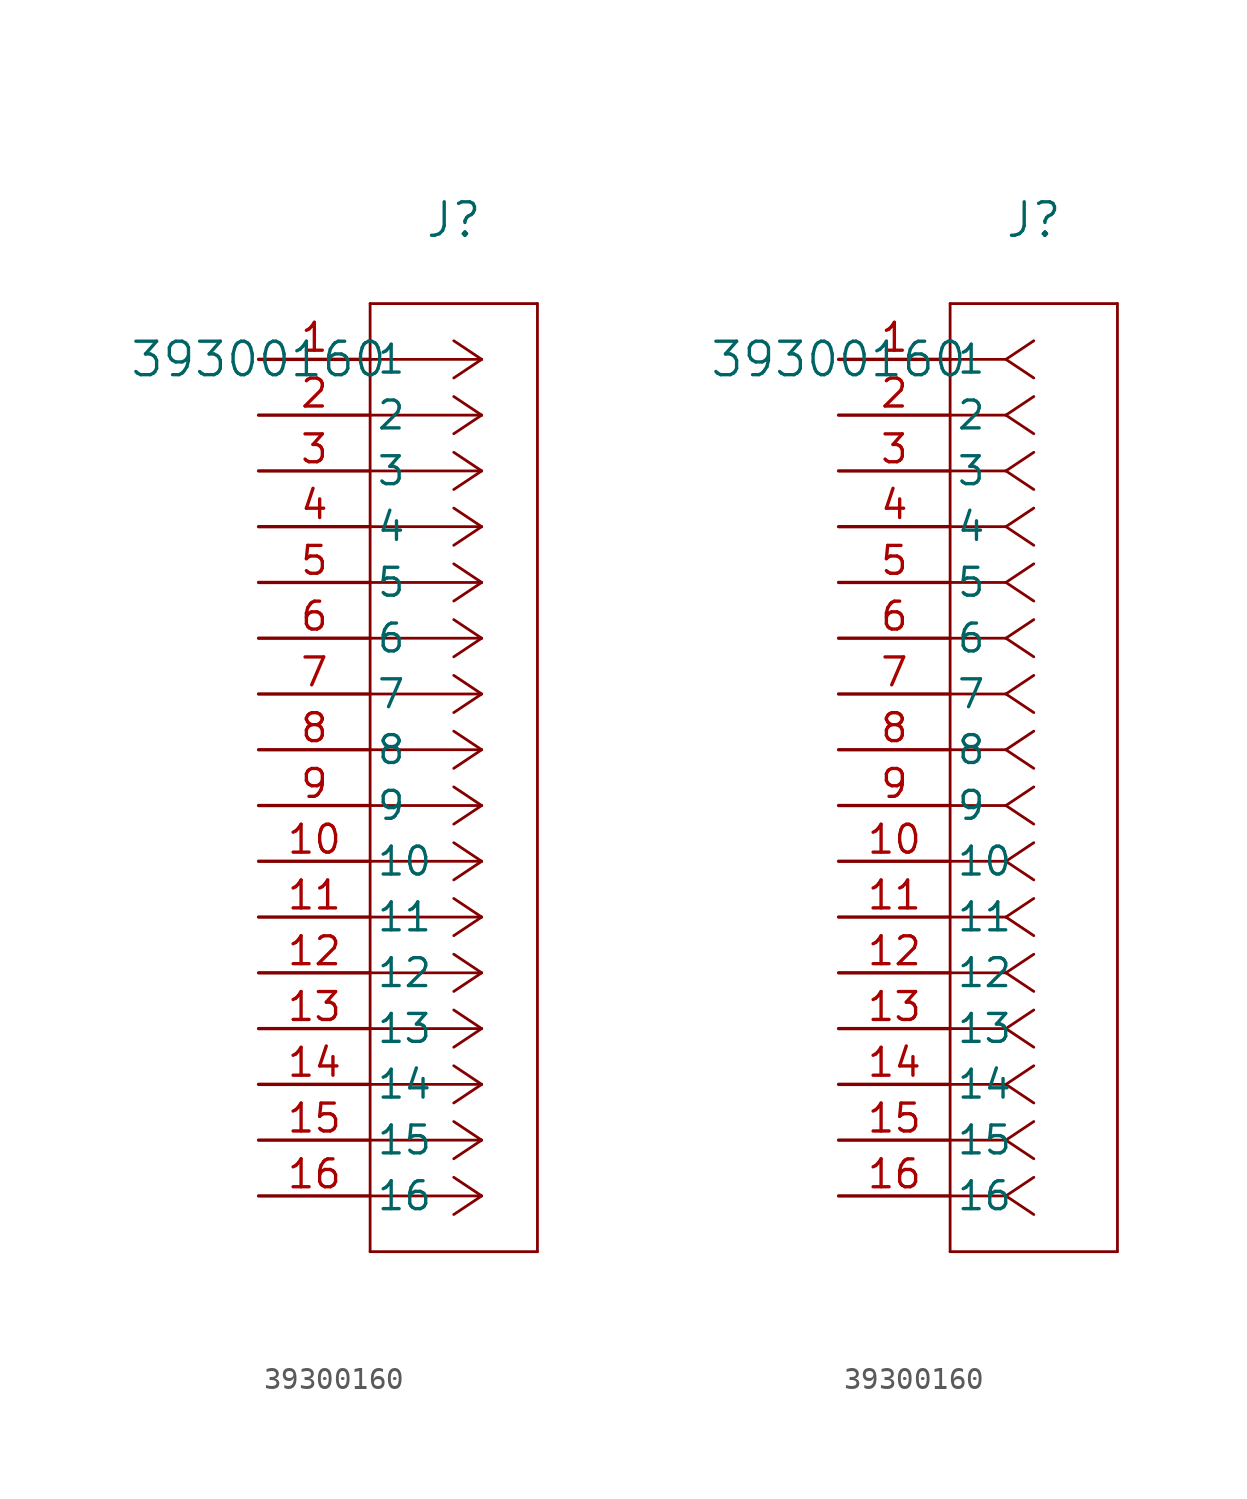
<source format=kicad_sym>
(kicad_symbol_lib
  (version 20211014)
  (generator kicad_symbol_editor)
  (symbol "39300160"
    (pin_names
      (offset 0.254))
    (property "Reference" "J"
      (at 8.89 6.35 0)
      (effects (font (size 1.524 1.524))))
    (property "Value" "39300160"
      (at 0 0 0)
      (effects (font (size 1.524 1.524))))
    (symbol "39300160_1_1"
      (polyline (pts (xy 10.16 0) (xy 5.08 0)) (stroke (width 0.127) (type default) (color 0 0 0 0)) (fill (type none)))
      (polyline (pts (xy 10.16 -2.54) (xy 5.08 -2.54)) (stroke (width 0.127) (type default) (color 0 0 0 0)) (fill (type none)))
      (polyline (pts (xy 10.16 -5.08) (xy 5.08 -5.08)) (stroke (width 0.127) (type default) (color 0 0 0 0)) (fill (type none)))
      (polyline (pts (xy 10.16 -7.62) (xy 5.08 -7.62)) (stroke (width 0.127) (type default) (color 0 0 0 0)) (fill (type none)))
      (polyline (pts (xy 10.16 -10.16) (xy 5.08 -10.16)) (stroke (width 0.127) (type default) (color 0 0 0 0)) (fill (type none)))
      (polyline (pts (xy 10.16 -12.7) (xy 5.08 -12.7)) (stroke (width 0.127) (type default) (color 0 0 0 0)) (fill (type none)))
      (polyline (pts (xy 10.16 -15.24) (xy 5.08 -15.24)) (stroke (width 0.127) (type default) (color 0 0 0 0)) (fill (type none)))
      (polyline (pts (xy 10.16 -17.78) (xy 5.08 -17.78)) (stroke (width 0.127) (type default) (color 0 0 0 0)) (fill (type none)))
      (polyline (pts (xy 10.16 -20.32) (xy 5.08 -20.32)) (stroke (width 0.127) (type default) (color 0 0 0 0)) (fill (type none)))
      (polyline (pts (xy 10.16 -22.86) (xy 5.08 -22.86)) (stroke (width 0.127) (type default) (color 0 0 0 0)) (fill (type none)))
      (polyline (pts (xy 10.16 -25.4) (xy 5.08 -25.4)) (stroke (width 0.127) (type default) (color 0 0 0 0)) (fill (type none)))
      (polyline (pts (xy 10.16 -27.94) (xy 5.08 -27.94)) (stroke (width 0.127) (type default) (color 0 0 0 0)) (fill (type none)))
      (polyline (pts (xy 10.16 -30.48) (xy 5.08 -30.48)) (stroke (width 0.127) (type default) (color 0 0 0 0)) (fill (type none)))
      (polyline (pts (xy 10.16 -33.02) (xy 5.08 -33.02)) (stroke (width 0.127) (type default) (color 0 0 0 0)) (fill (type none)))
      (polyline (pts (xy 10.16 -35.56) (xy 5.08 -35.56)) (stroke (width 0.127) (type default) (color 0 0 0 0)) (fill (type none)))
      (polyline (pts (xy 10.16 -38.1) (xy 5.08 -38.1)) (stroke (width 0.127) (type default) (color 0 0 0 0)) (fill (type none)))
      (polyline (pts (xy 10.16 0) (xy 8.89 0.847)) (stroke (width 0.127) (type default) (color 0 0 0 0)) (fill (type none)))
      (polyline (pts (xy 10.16 -2.54) (xy 8.89 -1.693)) (stroke (width 0.127) (type default) (color 0 0 0 0)) (fill (type none)))
      (polyline (pts (xy 10.16 -5.08) (xy 8.89 -4.233)) (stroke (width 0.127) (type default) (color 0 0 0 0)) (fill (type none)))
      (polyline (pts (xy 10.16 -7.62) (xy 8.89 -6.773)) (stroke (width 0.127) (type default) (color 0 0 0 0)) (fill (type none)))
      (polyline (pts (xy 10.16 -10.16) (xy 8.89 -9.313)) (stroke (width 0.127) (type default) (color 0 0 0 0)) (fill (type none)))
      (polyline (pts (xy 10.16 -12.7) (xy 8.89 -11.853)) (stroke (width 0.127) (type default) (color 0 0 0 0)) (fill (type none)))
      (polyline (pts (xy 10.16 -15.24) (xy 8.89 -14.393)) (stroke (width 0.127) (type default) (color 0 0 0 0)) (fill (type none)))
      (polyline (pts (xy 10.16 -17.78) (xy 8.89 -16.933)) (stroke (width 0.127) (type default) (color 0 0 0 0)) (fill (type none)))
      (polyline (pts (xy 10.16 -20.32) (xy 8.89 -19.473)) (stroke (width 0.127) (type default) (color 0 0 0 0)) (fill (type none)))
      (polyline (pts (xy 10.16 -22.86) (xy 8.89 -22.013)) (stroke (width 0.127) (type default) (color 0 0 0 0)) (fill (type none)))
      (polyline (pts (xy 10.16 -25.4) (xy 8.89 -24.553)) (stroke (width 0.127) (type default) (color 0 0 0 0)) (fill (type none)))
      (polyline (pts (xy 10.16 -27.94) (xy 8.89 -27.093)) (stroke (width 0.127) (type default) (color 0 0 0 0)) (fill (type none)))
      (polyline (pts (xy 10.16 -30.48) (xy 8.89 -29.633)) (stroke (width 0.127) (type default) (color 0 0 0 0)) (fill (type none)))
      (polyline (pts (xy 10.16 -33.02) (xy 8.89 -32.173)) (stroke (width 0.127) (type default) (color 0 0 0 0)) (fill (type none)))
      (polyline (pts (xy 10.16 -35.56) (xy 8.89 -34.713)) (stroke (width 0.127) (type default) (color 0 0 0 0)) (fill (type none)))
      (polyline (pts (xy 10.16 -38.1) (xy 8.89 -37.253)) (stroke (width 0.127) (type default) (color 0 0 0 0)) (fill (type none)))
      (polyline (pts (xy 10.16 0) (xy 8.89 -0.847)) (stroke (width 0.127) (type default) (color 0 0 0 0)) (fill (type none)))
      (polyline (pts (xy 10.16 -2.54) (xy 8.89 -3.387)) (stroke (width 0.127) (type default) (color 0 0 0 0)) (fill (type none)))
      (polyline (pts (xy 10.16 -5.08) (xy 8.89 -5.927)) (stroke (width 0.127) (type default) (color 0 0 0 0)) (fill (type none)))
      (polyline (pts (xy 10.16 -7.62) (xy 8.89 -8.467)) (stroke (width 0.127) (type default) (color 0 0 0 0)) (fill (type none)))
      (polyline (pts (xy 10.16 -10.16) (xy 8.89 -11.007)) (stroke (width 0.127) (type default) (color 0 0 0 0)) (fill (type none)))
      (polyline (pts (xy 10.16 -12.7) (xy 8.89 -13.547)) (stroke (width 0.127) (type default) (color 0 0 0 0)) (fill (type none)))
      (polyline (pts (xy 10.16 -15.24) (xy 8.89 -16.087)) (stroke (width 0.127) (type default) (color 0 0 0 0)) (fill (type none)))
      (polyline (pts (xy 10.16 -17.78) (xy 8.89 -18.627)) (stroke (width 0.127) (type default) (color 0 0 0 0)) (fill (type none)))
      (polyline (pts (xy 10.16 -20.32) (xy 8.89 -21.167)) (stroke (width 0.127) (type default) (color 0 0 0 0)) (fill (type none)))
      (polyline (pts (xy 10.16 -22.86) (xy 8.89 -23.707)) (stroke (width 0.127) (type default) (color 0 0 0 0)) (fill (type none)))
      (polyline (pts (xy 10.16 -25.4) (xy 8.89 -26.247)) (stroke (width 0.127) (type default) (color 0 0 0 0)) (fill (type none)))
      (polyline (pts (xy 10.16 -27.94) (xy 8.89 -28.787)) (stroke (width 0.127) (type default) (color 0 0 0 0)) (fill (type none)))
      (polyline (pts (xy 10.16 -30.48) (xy 8.89 -31.327)) (stroke (width 0.127) (type default) (color 0 0 0 0)) (fill (type none)))
      (polyline (pts (xy 10.16 -33.02) (xy 8.89 -33.867)) (stroke (width 0.127) (type default) (color 0 0 0 0)) (fill (type none)))
      (polyline (pts (xy 10.16 -35.56) (xy 8.89 -36.407)) (stroke (width 0.127) (type default) (color 0 0 0 0)) (fill (type none)))
      (polyline (pts (xy 10.16 -38.1) (xy 8.89 -38.947)) (stroke (width 0.127) (type default) (color 0 0 0 0)) (fill (type none)))
      (polyline (pts (xy 5.08 2.54) (xy 5.08 -40.64)) (stroke (width 0.127) (type default) (color 0 0 0 0)) (fill (type none)))
      (polyline (pts (xy 5.08 -40.64) (xy 12.7 -40.64)) (stroke (width 0.127) (type default) (color 0 0 0 0)) (fill (type none)))
      (polyline (pts (xy 12.7 -40.64) (xy 12.7 2.54)) (stroke (width 0.127) (type default) (color 0 0 0 0)) (fill (type none)))
      (polyline (pts (xy 12.7 2.54) (xy 5.08 2.54)) (stroke (width 0.127) (type default) (color 0 0 0 0)) (fill (type none)))
      (pin unspecified line (at 0 0 0) (length 5.08) (name "1" (effects (font (size 1.27 1.27)))) (number "1" (effects (font (size 1.27 1.27)))))
      (pin unspecified line (at 0 -2.54 0) (length 5.08) (name "2" (effects (font (size 1.27 1.27)))) (number "2" (effects (font (size 1.27 1.27)))))
      (pin unspecified line (at 0 -5.08 0) (length 5.08) (name "3" (effects (font (size 1.27 1.27)))) (number "3" (effects (font (size 1.27 1.27)))))
      (pin unspecified line (at 0 -7.62 0) (length 5.08) (name "4" (effects (font (size 1.27 1.27)))) (number "4" (effects (font (size 1.27 1.27)))))
      (pin unspecified line (at 0 -10.16 0) (length 5.08) (name "5" (effects (font (size 1.27 1.27)))) (number "5" (effects (font (size 1.27 1.27)))))
      (pin unspecified line (at 0 -12.7 0) (length 5.08) (name "6" (effects (font (size 1.27 1.27)))) (number "6" (effects (font (size 1.27 1.27)))))
      (pin unspecified line (at 0 -15.24 0) (length 5.08) (name "7" (effects (font (size 1.27 1.27)))) (number "7" (effects (font (size 1.27 1.27)))))
      (pin unspecified line (at 0 -17.78 0) (length 5.08) (name "8" (effects (font (size 1.27 1.27)))) (number "8" (effects (font (size 1.27 1.27)))))
      (pin unspecified line (at 0 -20.32 0) (length 5.08) (name "9" (effects (font (size 1.27 1.27)))) (number "9" (effects (font (size 1.27 1.27)))))
      (pin unspecified line (at 0 -22.86 0) (length 5.08) (name "10" (effects (font (size 1.27 1.27)))) (number "10" (effects (font (size 1.27 1.27)))))
      (pin unspecified line (at 0 -25.4 0) (length 5.08) (name "11" (effects (font (size 1.27 1.27)))) (number "11" (effects (font (size 1.27 1.27)))))
      (pin unspecified line (at 0 -27.94 0) (length 5.08) (name "12" (effects (font (size 1.27 1.27)))) (number "12" (effects (font (size 1.27 1.27)))))
      (pin unspecified line (at 0 -30.48 0) (length 5.08) (name "13" (effects (font (size 1.27 1.27)))) (number "13" (effects (font (size 1.27 1.27)))))
      (pin unspecified line (at 0 -33.02 0) (length 5.08) (name "14" (effects (font (size 1.27 1.27)))) (number "14" (effects (font (size 1.27 1.27)))))
      (pin unspecified line (at 0 -35.56 0) (length 5.08) (name "15" (effects (font (size 1.27 1.27)))) (number "15" (effects (font (size 1.27 1.27)))))
      (pin unspecified line (at 0 -38.1 0) (length 5.08) (name "16" (effects (font (size 1.27 1.27)))) (number "16" (effects (font (size 1.27 1.27))))))
    (symbol "39300160_1_2"
      (polyline (pts (xy 7.62 0) (xy 5.08 0)) (stroke (width 0.127) (type default) (color 0 0 0 0)) (fill (type none)))
      (polyline (pts (xy 7.62 -2.54) (xy 5.08 -2.54)) (stroke (width 0.127) (type default) (color 0 0 0 0)) (fill (type none)))
      (polyline (pts (xy 7.62 -5.08) (xy 5.08 -5.08)) (stroke (width 0.127) (type default) (color 0 0 0 0)) (fill (type none)))
      (polyline (pts (xy 7.62 -7.62) (xy 5.08 -7.62)) (stroke (width 0.127) (type default) (color 0 0 0 0)) (fill (type none)))
      (polyline (pts (xy 7.62 -10.16) (xy 5.08 -10.16)) (stroke (width 0.127) (type default) (color 0 0 0 0)) (fill (type none)))
      (polyline (pts (xy 7.62 -12.7) (xy 5.08 -12.7)) (stroke (width 0.127) (type default) (color 0 0 0 0)) (fill (type none)))
      (polyline (pts (xy 7.62 -15.24) (xy 5.08 -15.24)) (stroke (width 0.127) (type default) (color 0 0 0 0)) (fill (type none)))
      (polyline (pts (xy 7.62 -17.78) (xy 5.08 -17.78)) (stroke (width 0.127) (type default) (color 0 0 0 0)) (fill (type none)))
      (polyline (pts (xy 7.62 -20.32) (xy 5.08 -20.32)) (stroke (width 0.127) (type default) (color 0 0 0 0)) (fill (type none)))
      (polyline (pts (xy 7.62 -22.86) (xy 5.08 -22.86)) (stroke (width 0.127) (type default) (color 0 0 0 0)) (fill (type none)))
      (polyline (pts (xy 7.62 -25.4) (xy 5.08 -25.4)) (stroke (width 0.127) (type default) (color 0 0 0 0)) (fill (type none)))
      (polyline (pts (xy 7.62 -27.94) (xy 5.08 -27.94)) (stroke (width 0.127) (type default) (color 0 0 0 0)) (fill (type none)))
      (polyline (pts (xy 7.62 -30.48) (xy 5.08 -30.48)) (stroke (width 0.127) (type default) (color 0 0 0 0)) (fill (type none)))
      (polyline (pts (xy 7.62 -33.02) (xy 5.08 -33.02)) (stroke (width 0.127) (type default) (color 0 0 0 0)) (fill (type none)))
      (polyline (pts (xy 7.62 -35.56) (xy 5.08 -35.56)) (stroke (width 0.127) (type default) (color 0 0 0 0)) (fill (type none)))
      (polyline (pts (xy 7.62 -38.1) (xy 5.08 -38.1)) (stroke (width 0.127) (type default) (color 0 0 0 0)) (fill (type none)))
      (polyline (pts (xy 7.62 0) (xy 8.89 0.847)) (stroke (width 0.127) (type default) (color 0 0 0 0)) (fill (type none)))
      (polyline (pts (xy 7.62 -2.54) (xy 8.89 -1.693)) (stroke (width 0.127) (type default) (color 0 0 0 0)) (fill (type none)))
      (polyline (pts (xy 7.62 -5.08) (xy 8.89 -4.233)) (stroke (width 0.127) (type default) (color 0 0 0 0)) (fill (type none)))
      (polyline (pts (xy 7.62 -7.62) (xy 8.89 -6.773)) (stroke (width 0.127) (type default) (color 0 0 0 0)) (fill (type none)))
      (polyline (pts (xy 7.62 -10.16) (xy 8.89 -9.313)) (stroke (width 0.127) (type default) (color 0 0 0 0)) (fill (type none)))
      (polyline (pts (xy 7.62 -12.7) (xy 8.89 -11.853)) (stroke (width 0.127) (type default) (color 0 0 0 0)) (fill (type none)))
      (polyline (pts (xy 7.62 -15.24) (xy 8.89 -14.393)) (stroke (width 0.127) (type default) (color 0 0 0 0)) (fill (type none)))
      (polyline (pts (xy 7.62 -17.78) (xy 8.89 -16.933)) (stroke (width 0.127) (type default) (color 0 0 0 0)) (fill (type none)))
      (polyline (pts (xy 7.62 -20.32) (xy 8.89 -19.473)) (stroke (width 0.127) (type default) (color 0 0 0 0)) (fill (type none)))
      (polyline (pts (xy 7.62 -22.86) (xy 8.89 -22.013)) (stroke (width 0.127) (type default) (color 0 0 0 0)) (fill (type none)))
      (polyline (pts (xy 7.62 -25.4) (xy 8.89 -24.553)) (stroke (width 0.127) (type default) (color 0 0 0 0)) (fill (type none)))
      (polyline (pts (xy 7.62 -27.94) (xy 8.89 -27.093)) (stroke (width 0.127) (type default) (color 0 0 0 0)) (fill (type none)))
      (polyline (pts (xy 7.62 -30.48) (xy 8.89 -29.633)) (stroke (width 0.127) (type default) (color 0 0 0 0)) (fill (type none)))
      (polyline (pts (xy 7.62 -33.02) (xy 8.89 -32.173)) (stroke (width 0.127) (type default) (color 0 0 0 0)) (fill (type none)))
      (polyline (pts (xy 7.62 -35.56) (xy 8.89 -34.713)) (stroke (width 0.127) (type default) (color 0 0 0 0)) (fill (type none)))
      (polyline (pts (xy 7.62 -38.1) (xy 8.89 -37.253)) (stroke (width 0.127) (type default) (color 0 0 0 0)) (fill (type none)))
      (polyline (pts (xy 7.62 0) (xy 8.89 -0.847)) (stroke (width 0.127) (type default) (color 0 0 0 0)) (fill (type none)))
      (polyline (pts (xy 7.62 -2.54) (xy 8.89 -3.387)) (stroke (width 0.127) (type default) (color 0 0 0 0)) (fill (type none)))
      (polyline (pts (xy 7.62 -5.08) (xy 8.89 -5.927)) (stroke (width 0.127) (type default) (color 0 0 0 0)) (fill (type none)))
      (polyline (pts (xy 7.62 -7.62) (xy 8.89 -8.467)) (stroke (width 0.127) (type default) (color 0 0 0 0)) (fill (type none)))
      (polyline (pts (xy 7.62 -10.16) (xy 8.89 -11.007)) (stroke (width 0.127) (type default) (color 0 0 0 0)) (fill (type none)))
      (polyline (pts (xy 7.62 -12.7) (xy 8.89 -13.547)) (stroke (width 0.127) (type default) (color 0 0 0 0)) (fill (type none)))
      (polyline (pts (xy 7.62 -15.24) (xy 8.89 -16.087)) (stroke (width 0.127) (type default) (color 0 0 0 0)) (fill (type none)))
      (polyline (pts (xy 7.62 -17.78) (xy 8.89 -18.627)) (stroke (width 0.127) (type default) (color 0 0 0 0)) (fill (type none)))
      (polyline (pts (xy 7.62 -20.32) (xy 8.89 -21.167)) (stroke (width 0.127) (type default) (color 0 0 0 0)) (fill (type none)))
      (polyline (pts (xy 7.62 -22.86) (xy 8.89 -23.707)) (stroke (width 0.127) (type default) (color 0 0 0 0)) (fill (type none)))
      (polyline (pts (xy 7.62 -25.4) (xy 8.89 -26.247)) (stroke (width 0.127) (type default) (color 0 0 0 0)) (fill (type none)))
      (polyline (pts (xy 7.62 -27.94) (xy 8.89 -28.787)) (stroke (width 0.127) (type default) (color 0 0 0 0)) (fill (type none)))
      (polyline (pts (xy 7.62 -30.48) (xy 8.89 -31.327)) (stroke (width 0.127) (type default) (color 0 0 0 0)) (fill (type none)))
      (polyline (pts (xy 7.62 -33.02) (xy 8.89 -33.867)) (stroke (width 0.127) (type default) (color 0 0 0 0)) (fill (type none)))
      (polyline (pts (xy 7.62 -35.56) (xy 8.89 -36.407)) (stroke (width 0.127) (type default) (color 0 0 0 0)) (fill (type none)))
      (polyline (pts (xy 7.62 -38.1) (xy 8.89 -38.947)) (stroke (width 0.127) (type default) (color 0 0 0 0)) (fill (type none)))
      (polyline (pts (xy 5.08 2.54) (xy 5.08 -40.64)) (stroke (width 0.127) (type default) (color 0 0 0 0)) (fill (type none)))
      (polyline (pts (xy 5.08 -40.64) (xy 12.7 -40.64)) (stroke (width 0.127) (type default) (color 0 0 0 0)) (fill (type none)))
      (polyline (pts (xy 12.7 -40.64) (xy 12.7 2.54)) (stroke (width 0.127) (type default) (color 0 0 0 0)) (fill (type none)))
      (polyline (pts (xy 12.7 2.54) (xy 5.08 2.54)) (stroke (width 0.127) (type default) (color 0 0 0 0)) (fill (type none)))
      (pin unspecified line (at 0 0 0) (length 5.08) (name "1" (effects (font (size 1.27 1.27)))) (number "1" (effects (font (size 1.27 1.27)))))
      (pin unspecified line (at 0 -2.54 0) (length 5.08) (name "2" (effects (font (size 1.27 1.27)))) (number "2" (effects (font (size 1.27 1.27)))))
      (pin unspecified line (at 0 -5.08 0) (length 5.08) (name "3" (effects (font (size 1.27 1.27)))) (number "3" (effects (font (size 1.27 1.27)))))
      (pin unspecified line (at 0 -7.62 0) (length 5.08) (name "4" (effects (font (size 1.27 1.27)))) (number "4" (effects (font (size 1.27 1.27)))))
      (pin unspecified line (at 0 -10.16 0) (length 5.08) (name "5" (effects (font (size 1.27 1.27)))) (number "5" (effects (font (size 1.27 1.27)))))
      (pin unspecified line (at 0 -12.7 0) (length 5.08) (name "6" (effects (font (size 1.27 1.27)))) (number "6" (effects (font (size 1.27 1.27)))))
      (pin unspecified line (at 0 -15.24 0) (length 5.08) (name "7" (effects (font (size 1.27 1.27)))) (number "7" (effects (font (size 1.27 1.27)))))
      (pin unspecified line (at 0 -17.78 0) (length 5.08) (name "8" (effects (font (size 1.27 1.27)))) (number "8" (effects (font (size 1.27 1.27)))))
      (pin unspecified line (at 0 -20.32 0) (length 5.08) (name "9" (effects (font (size 1.27 1.27)))) (number "9" (effects (font (size 1.27 1.27)))))
      (pin unspecified line (at 0 -22.86 0) (length 5.08) (name "10" (effects (font (size 1.27 1.27)))) (number "10" (effects (font (size 1.27 1.27)))))
      (pin unspecified line (at 0 -25.4 0) (length 5.08) (name "11" (effects (font (size 1.27 1.27)))) (number "11" (effects (font (size 1.27 1.27)))))
      (pin unspecified line (at 0 -27.94 0) (length 5.08) (name "12" (effects (font (size 1.27 1.27)))) (number "12" (effects (font (size 1.27 1.27)))))
      (pin unspecified line (at 0 -30.48 0) (length 5.08) (name "13" (effects (font (size 1.27 1.27)))) (number "13" (effects (font (size 1.27 1.27)))))
      (pin unspecified line (at 0 -33.02 0) (length 5.08) (name "14" (effects (font (size 1.27 1.27)))) (number "14" (effects (font (size 1.27 1.27)))))
      (pin unspecified line (at 0 -35.56 0) (length 5.08) (name "15" (effects (font (size 1.27 1.27)))) (number "15" (effects (font (size 1.27 1.27)))))
      (pin unspecified line (at 0 -38.1 0) (length 5.08) (name "16" (effects (font (size 1.27 1.27)))) (number "16" (effects (font (size 1.27 1.27))))))))
</source>
